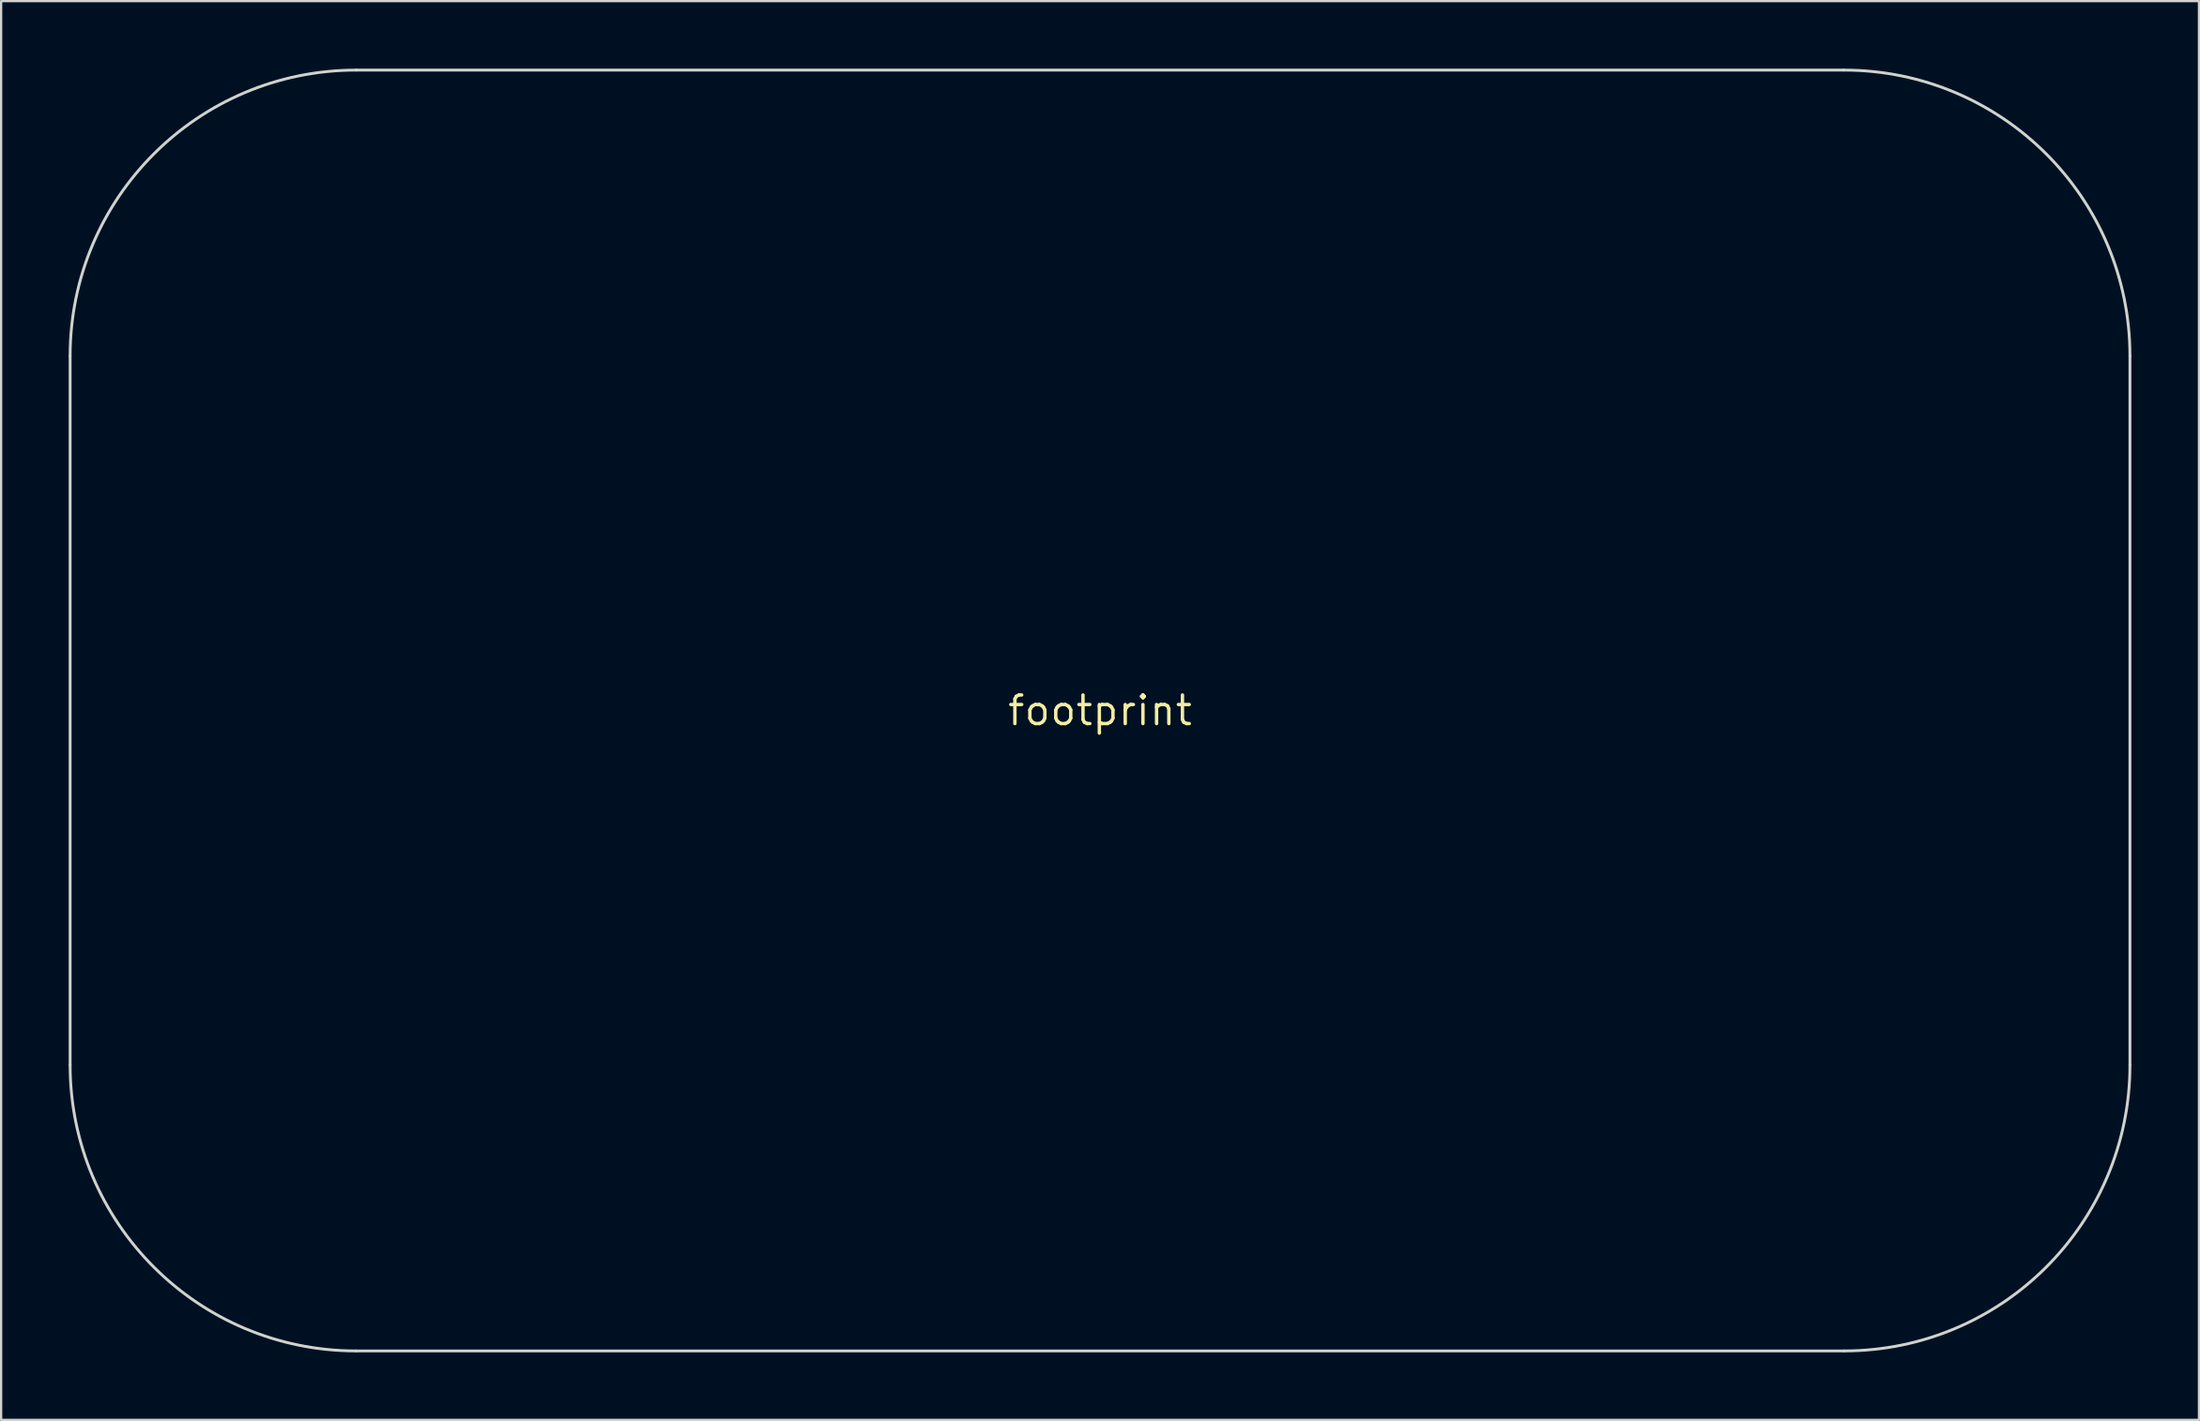
<source format=kicad_pcb>
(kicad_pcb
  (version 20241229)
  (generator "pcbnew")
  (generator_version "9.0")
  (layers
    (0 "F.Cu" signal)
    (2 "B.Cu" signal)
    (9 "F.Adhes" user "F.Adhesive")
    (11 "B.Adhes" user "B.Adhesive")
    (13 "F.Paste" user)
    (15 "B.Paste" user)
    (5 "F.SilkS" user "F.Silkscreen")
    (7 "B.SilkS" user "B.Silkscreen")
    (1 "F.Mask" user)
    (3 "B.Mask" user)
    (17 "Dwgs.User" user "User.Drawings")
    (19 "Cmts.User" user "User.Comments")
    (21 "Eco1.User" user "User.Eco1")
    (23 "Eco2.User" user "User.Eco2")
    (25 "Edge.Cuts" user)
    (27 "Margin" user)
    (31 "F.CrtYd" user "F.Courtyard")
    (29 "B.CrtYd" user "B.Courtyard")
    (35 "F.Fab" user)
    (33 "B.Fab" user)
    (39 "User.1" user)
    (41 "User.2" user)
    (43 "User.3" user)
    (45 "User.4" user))
  (footprint "footprint"
    (layer "F.Cu")
    (at 45.783 28.512)
    (property "Reference" "footprint" (at 0 0 0) (layer "F.SilkS") (effects (font (size 1.27 1.27) (thickness 0.15))))
    (fp_line (start -45.72 -15.748) (end -45.72 15.748) (stroke (width 0.127) (type solid)) (layer "Edge.Cuts"))
    (fp_line (start -33.02 28.448) (end 33.02 28.448) (stroke (width 0.127) (type solid)) (layer "Edge.Cuts"))
    (fp_line (start 33.02 -28.448) (end -33.02 -28.448) (stroke (width 0.127) (type solid)) (layer "Edge.Cuts"))
    (fp_line (start 45.72 15.748) (end 45.72 -15.748) (stroke (width 0.127) (type solid)) (layer "Edge.Cuts"))
    (fp_arc (start -45.72 -15.748) (mid -42.000256 -24.728256) (end -33.02 -28.448) (stroke (width 0.127) (type solid)) (layer "Edge.Cuts"))
    (fp_arc (start -33.02 28.448) (mid -42.000256 24.728256) (end -45.72 15.748) (stroke (width 0.127) (type solid)) (layer "Edge.Cuts"))
    (fp_arc (start 33.02 -28.448) (mid 42.000256 -24.728256) (end 45.72 -15.748) (stroke (width 0.127) (type solid)) (layer "Edge.Cuts"))
    (fp_arc (start 45.72 15.748) (mid 42.000256 24.728256) (end 33.02 28.448) (stroke (width 0.127) (type solid)) (layer "Edge.Cuts")))
  (gr_rect
    (start -3 -3)
    (end 94.567 60.023)
    (stroke (width 0.1) (type default))
    (fill no)
    (layer "Edge.Cuts")))
</source>
